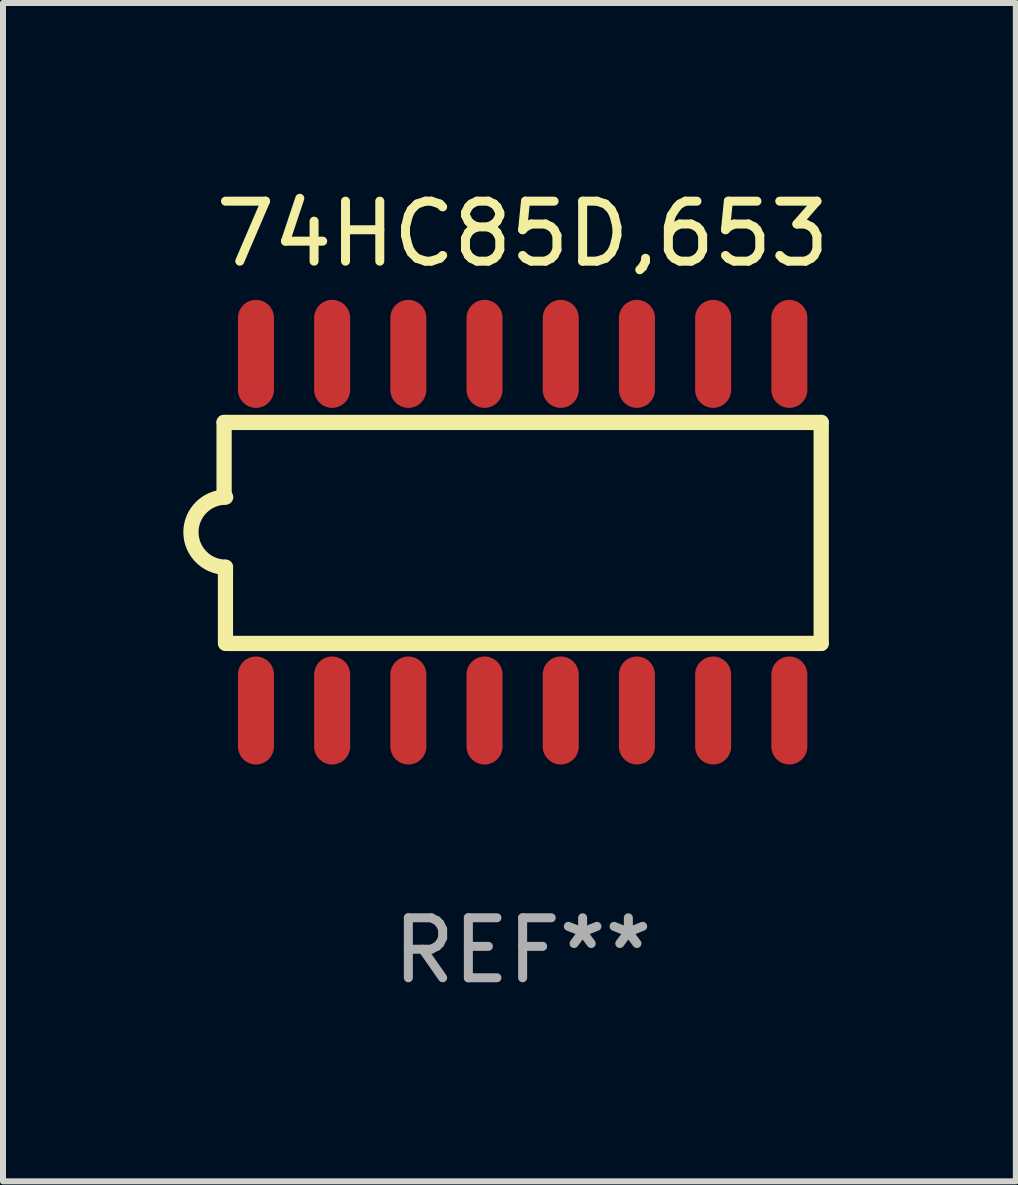
<source format=kicad_pcb>
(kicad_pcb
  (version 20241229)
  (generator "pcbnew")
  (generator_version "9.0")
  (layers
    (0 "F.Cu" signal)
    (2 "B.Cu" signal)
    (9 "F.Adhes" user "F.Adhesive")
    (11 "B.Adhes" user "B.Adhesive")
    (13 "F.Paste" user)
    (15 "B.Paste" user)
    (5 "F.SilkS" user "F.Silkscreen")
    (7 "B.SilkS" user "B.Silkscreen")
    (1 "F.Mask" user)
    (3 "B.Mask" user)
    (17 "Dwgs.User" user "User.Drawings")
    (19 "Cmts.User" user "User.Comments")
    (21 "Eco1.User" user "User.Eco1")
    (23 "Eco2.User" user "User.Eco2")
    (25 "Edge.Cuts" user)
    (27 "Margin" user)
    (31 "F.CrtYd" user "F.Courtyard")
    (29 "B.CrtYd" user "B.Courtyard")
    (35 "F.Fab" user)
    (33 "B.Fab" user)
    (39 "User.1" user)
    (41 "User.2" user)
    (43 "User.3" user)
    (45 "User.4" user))
  (footprint "74HC85D,653"
    (layer "F.Cu")
    (at 5.661 5.82)
    (property "Reference" "74HC85D,653" (at 0 -4.972 0) (layer "F.SilkS") (effects (font (size 1 1) (thickness 0.15))))
    (attr through_hole)
    (fp_line (start -4.976 -1.829) (end -4.976 -0.584) (stroke (width 0.254) (type solid)) (layer "F.SilkS"))
    (fp_line (start -4.953 0.584) (end -4.953 1.854) (stroke (width 0.254) (type solid)) (layer "F.SilkS"))
    (fp_line (start -4.928 1.854) (end 4.976 1.854) (stroke (width 0.254) (type solid)) (layer "F.SilkS"))
    (fp_line (start 4.976 -1.829) (end -4.976 -1.829) (stroke (width 0.254) (type solid)) (layer "F.SilkS"))
    (fp_line (start 4.976 1.854) (end 4.976 -1.829) (stroke (width 0.254) (type solid)) (layer "F.SilkS"))
    (fp_arc (start -4.95301 0.584201) (mid -5.533866 -0.00152) (end -4.950088 -0.584329) (stroke (width 0.254001) (type solid)) (layer "F.SilkS"))
    (fp_text user "REF**" (at 0 6.972 0) (layer "F.Fab") (effects (font (size 1 1) (thickness 0.15))))
    (pad "1" smd oval (at -4.445 2.972 180) (size 0.6 1.8) (layers "F.Cu" "F.Mask" "F.Paste"))
    (pad "2" smd oval (at -3.175 2.972 180) (size 0.6 1.8) (layers "F.Cu" "F.Mask" "F.Paste"))
    (pad "3" smd oval (at -1.905 2.972 180) (size 0.6 1.8) (layers "F.Cu" "F.Mask" "F.Paste"))
    (pad "4" smd oval (at -0.635 2.972 180) (size 0.6 1.8) (layers "F.Cu" "F.Mask" "F.Paste"))
    (pad "5" smd oval (at 0.635 2.972 180) (size 0.6 1.8) (layers "F.Cu" "F.Mask" "F.Paste"))
    (pad "6" smd oval (at 1.905 2.972 180) (size 0.6 1.8) (layers "F.Cu" "F.Mask" "F.Paste"))
    (pad "7" smd oval (at 3.175 2.972 180) (size 0.6 1.8) (layers "F.Cu" "F.Mask" "F.Paste"))
    (pad "8" smd oval (at 4.445 2.972 180) (size 0.6 1.8) (layers "F.Cu" "F.Mask" "F.Paste"))
    (pad "9" smd oval (at 4.445 -2.972 180) (size 0.6 1.8) (layers "F.Cu" "F.Mask" "F.Paste"))
    (pad "10" smd oval (at 3.175 -2.972 180) (size 0.6 1.8) (layers "F.Cu" "F.Mask" "F.Paste"))
    (pad "11" smd oval (at 1.905 -2.972 180) (size 0.6 1.8) (layers "F.Cu" "F.Mask" "F.Paste"))
    (pad "12" smd oval (at 0.635 -2.972 180) (size 0.6 1.8) (layers "F.Cu" "F.Mask" "F.Paste"))
    (pad "13" smd oval (at -0.635 -2.972 180) (size 0.6 1.8) (layers "F.Cu" "F.Mask" "F.Paste"))
    (pad "14" smd oval (at -1.905 -2.972 180) (size 0.6 1.8) (layers "F.Cu" "F.Mask" "F.Paste"))
    (pad "15" smd oval (at -3.175 -2.972 180) (size 0.6 1.8) (layers "F.Cu" "F.Mask" "F.Paste"))
    (pad "16" smd oval (at -4.445 -2.972 180) (size 0.6 1.8) (layers "F.Cu" "F.Mask" "F.Paste")))
  (gr_rect
    (start -3 -3)
    (end 13.881 16.64)
    (stroke (width 0.1) (type default))
    (fill no)
    (layer "Edge.Cuts")))
</source>
